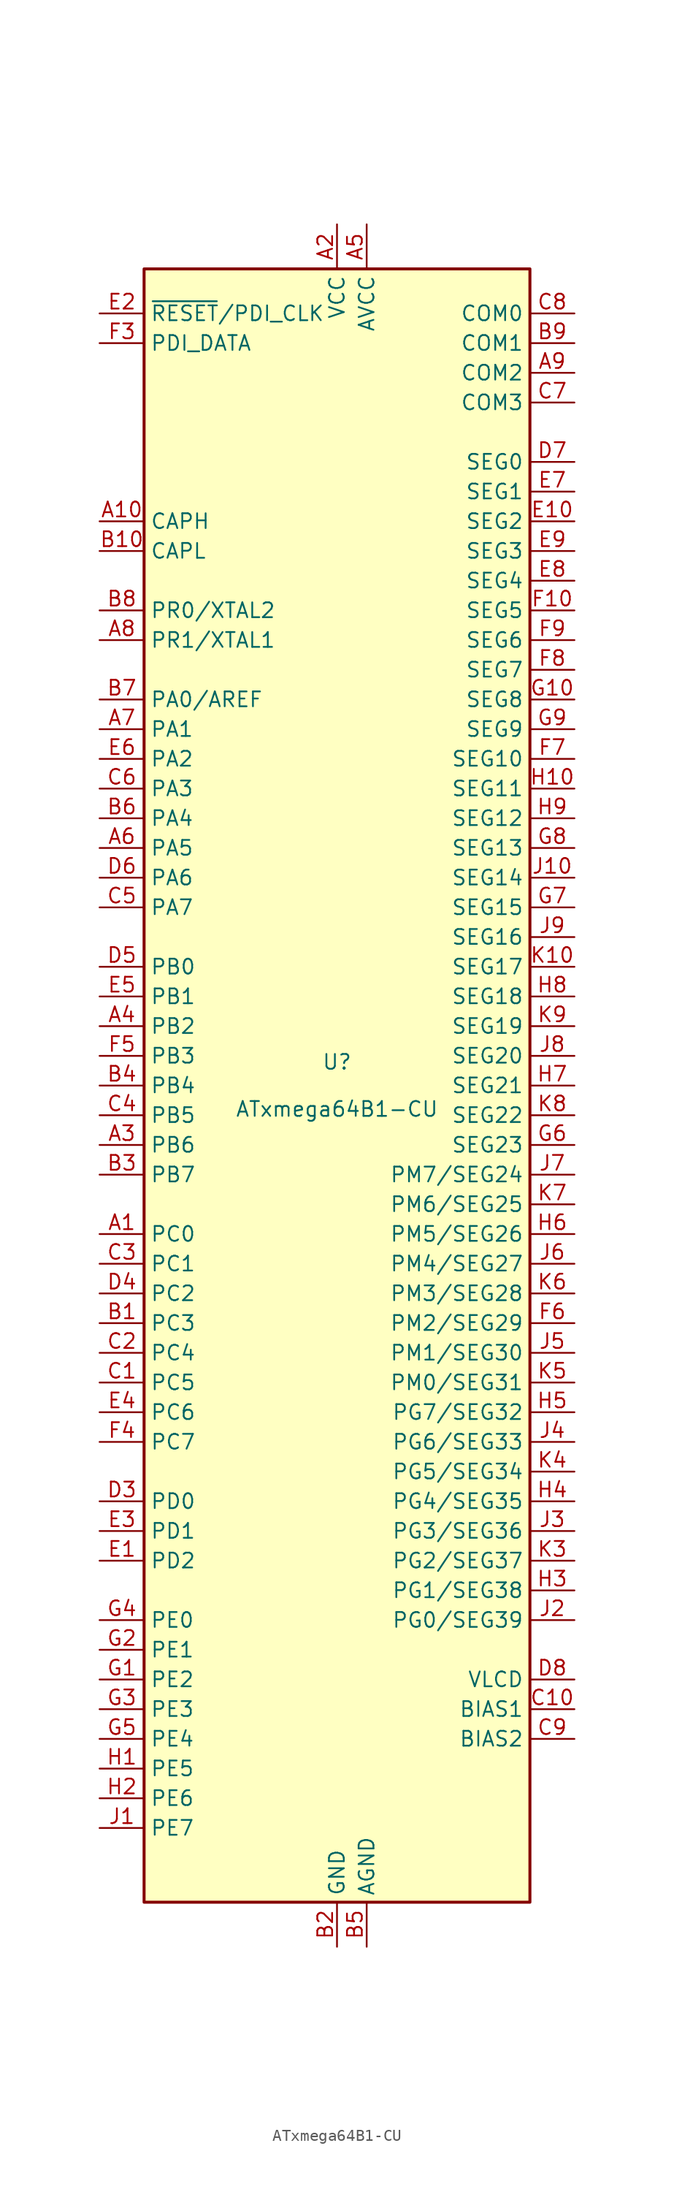
<source format=kicad_sym>
(kicad_symbol_lib
  (version 20201005)
  (generator kicad_symbol_editor)
  (symbol "ATxmega64B1-CU"
    (property "Reference" "U"
      (at 0 1.27 0)
      (effects (font (size 1.27 1.27)) (justify bottom)))
    (property "Value" "ATxmega64B1-CU"
      (at 0 -1.27 0)
      (effects (font (size 1.27 1.27)) (justify top)))
    (symbol "ATxmega64B1-CU_0_1"
      (rectangle (start -16.51 -69.85) (end 16.51 69.85) (stroke (width 0.254)) (fill (type background))))
    (symbol "ATxmega64B1-CU_1_1"
      (pin tri_state line (at -20.32 -12.7 0) (length 3.81) (name "PC0" (effects (font (size 1.27 1.27)))) (number "A1" (effects (font (size 1.27 1.27)))))
      (pin passive line (at -20.32 48.26 0) (length 3.81) (name "CAPH" (effects (font (size 1.27 1.27)))) (number "A10" (effects (font (size 1.27 1.27)))))
      (pin power_in line (at 0 73.66 270) (length 3.81) (name "VCC" (effects (font (size 1.27 1.27)))) (number "A2" (effects (font (size 1.27 1.27)))))
      (pin tri_state line (at -20.32 -5.08 0) (length 3.81) (name "PB6" (effects (font (size 1.27 1.27)))) (number "A3" (effects (font (size 1.27 1.27)))))
      (pin tri_state line (at -20.32 5.08 0) (length 3.81) (name "PB2" (effects (font (size 1.27 1.27)))) (number "A4" (effects (font (size 1.27 1.27)))))
      (pin power_in line (at 2.54 73.66 270) (length 3.81) (name "AVCC" (effects (font (size 1.27 1.27)))) (number "A5" (effects (font (size 1.27 1.27)))))
      (pin tri_state line (at -20.32 20.32 0) (length 3.81) (name "PA5" (effects (font (size 1.27 1.27)))) (number "A6" (effects (font (size 1.27 1.27)))))
      (pin tri_state line (at -20.32 30.48 0) (length 3.81) (name "PA1" (effects (font (size 1.27 1.27)))) (number "A7" (effects (font (size 1.27 1.27)))))
      (pin tri_state line (at -20.32 38.1 0) (length 3.81) (name "PR1/XTAL1" (effects (font (size 1.27 1.27)))) (number "A8" (effects (font (size 1.27 1.27)))))
      (pin output line (at 20.32 60.96 180) (length 3.81) (name "COM2" (effects (font (size 1.27 1.27)))) (number "A9" (effects (font (size 1.27 1.27)))))
      (pin tri_state line (at -20.32 -20.32 0) (length 3.81) (name "PC3" (effects (font (size 1.27 1.27)))) (number "B1" (effects (font (size 1.27 1.27)))))
      (pin passive line (at -20.32 45.72 0) (length 3.81) (name "CAPL" (effects (font (size 1.27 1.27)))) (number "B10" (effects (font (size 1.27 1.27)))))
      (pin power_in line (at 0 -73.66 90) (length 3.81) (name "GND" (effects (font (size 1.27 1.27)))) (number "B2" (effects (font (size 1.27 1.27)))))
      (pin tri_state line (at -20.32 -7.62 0) (length 3.81) (name "PB7" (effects (font (size 1.27 1.27)))) (number "B3" (effects (font (size 1.27 1.27)))))
      (pin tri_state line (at -20.32 0 0) (length 3.81) (name "PB4" (effects (font (size 1.27 1.27)))) (number "B4" (effects (font (size 1.27 1.27)))))
      (pin power_in line (at 2.54 -73.66 90) (length 3.81) (name "AGND" (effects (font (size 1.27 1.27)))) (number "B5" (effects (font (size 1.27 1.27)))))
      (pin tri_state line (at -20.32 22.86 0) (length 3.81) (name "PA4" (effects (font (size 1.27 1.27)))) (number "B6" (effects (font (size 1.27 1.27)))))
      (pin tri_state line (at -20.32 33.02 0) (length 3.81) (name "PA0/AREF" (effects (font (size 1.27 1.27)))) (number "B7" (effects (font (size 1.27 1.27)))))
      (pin tri_state line (at -20.32 40.64 0) (length 3.81) (name "PR0/XTAL2" (effects (font (size 1.27 1.27)))) (number "B8" (effects (font (size 1.27 1.27)))))
      (pin output line (at 20.32 63.5 180) (length 3.81) (name "COM1" (effects (font (size 1.27 1.27)))) (number "B9" (effects (font (size 1.27 1.27)))))
      (pin tri_state line (at -20.32 -25.4 0) (length 3.81) (name "PC5" (effects (font (size 1.27 1.27)))) (number "C1" (effects (font (size 1.27 1.27)))))
      (pin power_out line (at 20.32 -53.34 180) (length 3.81) (name "BIAS1" (effects (font (size 1.27 1.27)))) (number "C10" (effects (font (size 1.27 1.27)))))
      (pin tri_state line (at -20.32 -22.86 0) (length 3.81) (name "PC4" (effects (font (size 1.27 1.27)))) (number "C2" (effects (font (size 1.27 1.27)))))
      (pin tri_state line (at -20.32 -15.24 0) (length 3.81) (name "PC1" (effects (font (size 1.27 1.27)))) (number "C3" (effects (font (size 1.27 1.27)))))
      (pin tri_state line (at -20.32 -2.54 0) (length 3.81) (name "PB5" (effects (font (size 1.27 1.27)))) (number "C4" (effects (font (size 1.27 1.27)))))
      (pin tri_state line (at -20.32 15.24 0) (length 3.81) (name "PA7" (effects (font (size 1.27 1.27)))) (number "C5" (effects (font (size 1.27 1.27)))))
      (pin tri_state line (at -20.32 25.4 0) (length 3.81) (name "PA3" (effects (font (size 1.27 1.27)))) (number "C6" (effects (font (size 1.27 1.27)))))
      (pin output line (at 20.32 58.42 180) (length 3.81) (name "COM3" (effects (font (size 1.27 1.27)))) (number "C7" (effects (font (size 1.27 1.27)))))
      (pin output line (at 20.32 66.04 180) (length 3.81) (name "COM0" (effects (font (size 1.27 1.27)))) (number "C8" (effects (font (size 1.27 1.27)))))
      (pin power_out line (at 20.32 -55.88 180) (length 3.81) (name "BIAS2" (effects (font (size 1.27 1.27)))) (number "C9" (effects (font (size 1.27 1.27)))))
      (pin passive line (at 0 73.66 270) (length 3.81) hide (name "VCC" (effects (font (size 1.27 1.27)))) (number "D1" (effects (font (size 1.27 1.27)))))
      (pin passive line (at 0 73.66 270) (length 3.81) hide (name "VCC" (effects (font (size 1.27 1.27)))) (number "D10" (effects (font (size 1.27 1.27)))))
      (pin passive line (at 0 -73.66 90) (length 3.81) hide (name "GND" (effects (font (size 1.27 1.27)))) (number "D2" (effects (font (size 1.27 1.27)))))
      (pin tri_state line (at -20.32 -35.56 0) (length 3.81) (name "PD0" (effects (font (size 1.27 1.27)))) (number "D3" (effects (font (size 1.27 1.27)))))
      (pin tri_state line (at -20.32 -17.78 0) (length 3.81) (name "PC2" (effects (font (size 1.27 1.27)))) (number "D4" (effects (font (size 1.27 1.27)))))
      (pin tri_state line (at -20.32 10.16 0) (length 3.81) (name "PB0" (effects (font (size 1.27 1.27)))) (number "D5" (effects (font (size 1.27 1.27)))))
      (pin tri_state line (at -20.32 17.78 0) (length 3.81) (name "PA6" (effects (font (size 1.27 1.27)))) (number "D6" (effects (font (size 1.27 1.27)))))
      (pin output line (at 20.32 53.34 180) (length 3.81) (name "SEG0" (effects (font (size 1.27 1.27)))) (number "D7" (effects (font (size 1.27 1.27)))))
      (pin power_out line (at 20.32 -50.8 180) (length 3.81) (name "VLCD" (effects (font (size 1.27 1.27)))) (number "D8" (effects (font (size 1.27 1.27)))))
      (pin passive line (at 0 -73.66 90) (length 3.81) hide (name "GND" (effects (font (size 1.27 1.27)))) (number "D9" (effects (font (size 1.27 1.27)))))
      (pin tri_state line (at -20.32 -40.64 0) (length 3.81) (name "PD2" (effects (font (size 1.27 1.27)))) (number "E1" (effects (font (size 1.27 1.27)))))
      (pin output line (at 20.32 48.26 180) (length 3.81) (name "SEG2" (effects (font (size 1.27 1.27)))) (number "E10" (effects (font (size 1.27 1.27)))))
      (pin input line (at -20.32 66.04 0) (length 3.81) (name "~RESET~/PDI_CLK" (effects (font (size 1.27 1.27)))) (number "E2" (effects (font (size 1.27 1.27)))))
      (pin tri_state line (at -20.32 -38.1 0) (length 3.81) (name "PD1" (effects (font (size 1.27 1.27)))) (number "E3" (effects (font (size 1.27 1.27)))))
      (pin tri_state line (at -20.32 -27.94 0) (length 3.81) (name "PC6" (effects (font (size 1.27 1.27)))) (number "E4" (effects (font (size 1.27 1.27)))))
      (pin tri_state line (at -20.32 7.62 0) (length 3.81) (name "PB1" (effects (font (size 1.27 1.27)))) (number "E5" (effects (font (size 1.27 1.27)))))
      (pin tri_state line (at -20.32 27.94 0) (length 3.81) (name "PA2" (effects (font (size 1.27 1.27)))) (number "E6" (effects (font (size 1.27 1.27)))))
      (pin output line (at 20.32 50.8 180) (length 3.81) (name "SEG1" (effects (font (size 1.27 1.27)))) (number "E7" (effects (font (size 1.27 1.27)))))
      (pin output line (at 20.32 43.18 180) (length 3.81) (name "SEG4" (effects (font (size 1.27 1.27)))) (number "E8" (effects (font (size 1.27 1.27)))))
      (pin output line (at 20.32 45.72 180) (length 3.81) (name "SEG3" (effects (font (size 1.27 1.27)))) (number "E9" (effects (font (size 1.27 1.27)))))
      (pin passive line (at 0 73.66 270) (length 3.81) hide (name "VCC" (effects (font (size 1.27 1.27)))) (number "F1" (effects (font (size 1.27 1.27)))))
      (pin output line (at 20.32 40.64 180) (length 3.81) (name "SEG5" (effects (font (size 1.27 1.27)))) (number "F10" (effects (font (size 1.27 1.27)))))
      (pin passive line (at 0 -73.66 90) (length 3.81) hide (name "GND" (effects (font (size 1.27 1.27)))) (number "F2" (effects (font (size 1.27 1.27)))))
      (pin bidirectional line (at -20.32 63.5 0) (length 3.81) (name "PDI_DATA" (effects (font (size 1.27 1.27)))) (number "F3" (effects (font (size 1.27 1.27)))))
      (pin tri_state line (at -20.32 -30.48 0) (length 3.81) (name "PC7" (effects (font (size 1.27 1.27)))) (number "F4" (effects (font (size 1.27 1.27)))))
      (pin tri_state line (at -20.32 2.54 0) (length 3.81) (name "PB3" (effects (font (size 1.27 1.27)))) (number "F5" (effects (font (size 1.27 1.27)))))
      (pin tri_state line (at 20.32 -20.32 180) (length 3.81) (name "PM2/SEG29" (effects (font (size 1.27 1.27)))) (number "F6" (effects (font (size 1.27 1.27)))))
      (pin output line (at 20.32 27.94 180) (length 3.81) (name "SEG10" (effects (font (size 1.27 1.27)))) (number "F7" (effects (font (size 1.27 1.27)))))
      (pin output line (at 20.32 35.56 180) (length 3.81) (name "SEG7" (effects (font (size 1.27 1.27)))) (number "F8" (effects (font (size 1.27 1.27)))))
      (pin output line (at 20.32 38.1 180) (length 3.81) (name "SEG6" (effects (font (size 1.27 1.27)))) (number "F9" (effects (font (size 1.27 1.27)))))
      (pin tri_state line (at -20.32 -50.8 0) (length 3.81) (name "PE2" (effects (font (size 1.27 1.27)))) (number "G1" (effects (font (size 1.27 1.27)))))
      (pin output line (at 20.32 33.02 180) (length 3.81) (name "SEG8" (effects (font (size 1.27 1.27)))) (number "G10" (effects (font (size 1.27 1.27)))))
      (pin tri_state line (at -20.32 -48.26 0) (length 3.81) (name "PE1" (effects (font (size 1.27 1.27)))) (number "G2" (effects (font (size 1.27 1.27)))))
      (pin tri_state line (at -20.32 -53.34 0) (length 3.81) (name "PE3" (effects (font (size 1.27 1.27)))) (number "G3" (effects (font (size 1.27 1.27)))))
      (pin tri_state line (at -20.32 -45.72 0) (length 3.81) (name "PE0" (effects (font (size 1.27 1.27)))) (number "G4" (effects (font (size 1.27 1.27)))))
      (pin tri_state line (at -20.32 -55.88 0) (length 3.81) (name "PE4" (effects (font (size 1.27 1.27)))) (number "G5" (effects (font (size 1.27 1.27)))))
      (pin output line (at 20.32 -5.08 180) (length 3.81) (name "SEG23" (effects (font (size 1.27 1.27)))) (number "G6" (effects (font (size 1.27 1.27)))))
      (pin output line (at 20.32 15.24 180) (length 3.81) (name "SEG15" (effects (font (size 1.27 1.27)))) (number "G7" (effects (font (size 1.27 1.27)))))
      (pin output line (at 20.32 20.32 180) (length 3.81) (name "SEG13" (effects (font (size 1.27 1.27)))) (number "G8" (effects (font (size 1.27 1.27)))))
      (pin output line (at 20.32 30.48 180) (length 3.81) (name "SEG9" (effects (font (size 1.27 1.27)))) (number "G9" (effects (font (size 1.27 1.27)))))
      (pin tri_state line (at -20.32 -58.42 0) (length 3.81) (name "PE5" (effects (font (size 1.27 1.27)))) (number "H1" (effects (font (size 1.27 1.27)))))
      (pin output line (at 20.32 25.4 180) (length 3.81) (name "SEG11" (effects (font (size 1.27 1.27)))) (number "H10" (effects (font (size 1.27 1.27)))))
      (pin tri_state line (at -20.32 -60.96 0) (length 3.81) (name "PE6" (effects (font (size 1.27 1.27)))) (number "H2" (effects (font (size 1.27 1.27)))))
      (pin tri_state line (at 20.32 -43.18 180) (length 3.81) (name "PG1/SEG38" (effects (font (size 1.27 1.27)))) (number "H3" (effects (font (size 1.27 1.27)))))
      (pin tri_state line (at 20.32 -35.56 180) (length 3.81) (name "PG4/SEG35" (effects (font (size 1.27 1.27)))) (number "H4" (effects (font (size 1.27 1.27)))))
      (pin tri_state line (at 20.32 -27.94 180) (length 3.81) (name "PG7/SEG32" (effects (font (size 1.27 1.27)))) (number "H5" (effects (font (size 1.27 1.27)))))
      (pin tri_state line (at 20.32 -12.7 180) (length 3.81) (name "PM5/SEG26" (effects (font (size 1.27 1.27)))) (number "H6" (effects (font (size 1.27 1.27)))))
      (pin output line (at 20.32 0 180) (length 3.81) (name "SEG21" (effects (font (size 1.27 1.27)))) (number "H7" (effects (font (size 1.27 1.27)))))
      (pin output line (at 20.32 7.62 180) (length 3.81) (name "SEG18" (effects (font (size 1.27 1.27)))) (number "H8" (effects (font (size 1.27 1.27)))))
      (pin output line (at 20.32 22.86 180) (length 3.81) (name "SEG12" (effects (font (size 1.27 1.27)))) (number "H9" (effects (font (size 1.27 1.27)))))
      (pin tri_state line (at -20.32 -63.5 0) (length 3.81) (name "PE7" (effects (font (size 1.27 1.27)))) (number "J1" (effects (font (size 1.27 1.27)))))
      (pin output line (at 20.32 17.78 180) (length 3.81) (name "SEG14" (effects (font (size 1.27 1.27)))) (number "J10" (effects (font (size 1.27 1.27)))))
      (pin tri_state line (at 20.32 -45.72 180) (length 3.81) (name "PG0/SEG39" (effects (font (size 1.27 1.27)))) (number "J2" (effects (font (size 1.27 1.27)))))
      (pin tri_state line (at 20.32 -38.1 180) (length 3.81) (name "PG3/SEG36" (effects (font (size 1.27 1.27)))) (number "J3" (effects (font (size 1.27 1.27)))))
      (pin tri_state line (at 20.32 -30.48 180) (length 3.81) (name "PG6/SEG33" (effects (font (size 1.27 1.27)))) (number "J4" (effects (font (size 1.27 1.27)))))
      (pin tri_state line (at 20.32 -22.86 180) (length 3.81) (name "PM1/SEG30" (effects (font (size 1.27 1.27)))) (number "J5" (effects (font (size 1.27 1.27)))))
      (pin tri_state line (at 20.32 -15.24 180) (length 3.81) (name "PM4/SEG27" (effects (font (size 1.27 1.27)))) (number "J6" (effects (font (size 1.27 1.27)))))
      (pin tri_state line (at 20.32 -7.62 180) (length 3.81) (name "PM7/SEG24" (effects (font (size 1.27 1.27)))) (number "J7" (effects (font (size 1.27 1.27)))))
      (pin output line (at 20.32 2.54 180) (length 3.81) (name "SEG20" (effects (font (size 1.27 1.27)))) (number "J8" (effects (font (size 1.27 1.27)))))
      (pin output line (at 20.32 12.7 180) (length 3.81) (name "SEG16" (effects (font (size 1.27 1.27)))) (number "J9" (effects (font (size 1.27 1.27)))))
      (pin passive line (at 0 -73.66 90) (length 3.81) hide (name "GND" (effects (font (size 1.27 1.27)))) (number "K1" (effects (font (size 1.27 1.27)))))
      (pin output line (at 20.32 10.16 180) (length 3.81) (name "SEG17" (effects (font (size 1.27 1.27)))) (number "K10" (effects (font (size 1.27 1.27)))))
      (pin passive line (at 0 73.66 270) (length 3.81) hide (name "VCC" (effects (font (size 1.27 1.27)))) (number "K2" (effects (font (size 1.27 1.27)))))
      (pin tri_state line (at 20.32 -40.64 180) (length 3.81) (name "PG2/SEG37" (effects (font (size 1.27 1.27)))) (number "K3" (effects (font (size 1.27 1.27)))))
      (pin tri_state line (at 20.32 -33.02 180) (length 3.81) (name "PG5/SEG34" (effects (font (size 1.27 1.27)))) (number "K4" (effects (font (size 1.27 1.27)))))
      (pin tri_state line (at 20.32 -25.4 180) (length 3.81) (name "PM0/SEG31" (effects (font (size 1.27 1.27)))) (number "K5" (effects (font (size 1.27 1.27)))))
      (pin tri_state line (at 20.32 -17.78 180) (length 3.81) (name "PM3/SEG28" (effects (font (size 1.27 1.27)))) (number "K6" (effects (font (size 1.27 1.27)))))
      (pin tri_state line (at 20.32 -10.16 180) (length 3.81) (name "PM6/SEG25" (effects (font (size 1.27 1.27)))) (number "K7" (effects (font (size 1.27 1.27)))))
      (pin output line (at 20.32 -2.54 180) (length 3.81) (name "SEG22" (effects (font (size 1.27 1.27)))) (number "K8" (effects (font (size 1.27 1.27)))))
      (pin output line (at 20.32 5.08 180) (length 3.81) (name "SEG19" (effects (font (size 1.27 1.27)))) (number "K9" (effects (font (size 1.27 1.27))))))))
</source>
